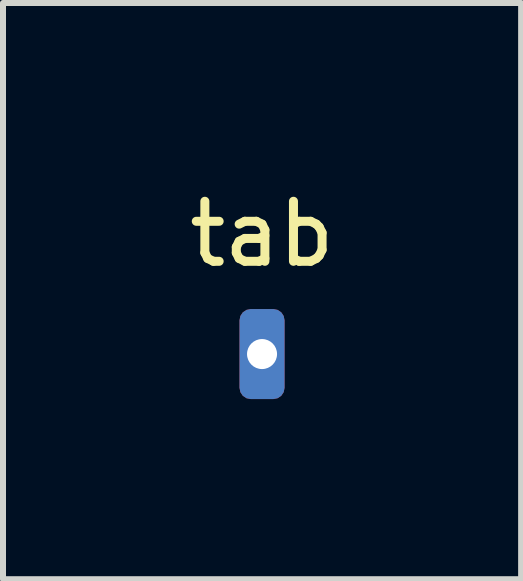
<source format=kicad_pcb>
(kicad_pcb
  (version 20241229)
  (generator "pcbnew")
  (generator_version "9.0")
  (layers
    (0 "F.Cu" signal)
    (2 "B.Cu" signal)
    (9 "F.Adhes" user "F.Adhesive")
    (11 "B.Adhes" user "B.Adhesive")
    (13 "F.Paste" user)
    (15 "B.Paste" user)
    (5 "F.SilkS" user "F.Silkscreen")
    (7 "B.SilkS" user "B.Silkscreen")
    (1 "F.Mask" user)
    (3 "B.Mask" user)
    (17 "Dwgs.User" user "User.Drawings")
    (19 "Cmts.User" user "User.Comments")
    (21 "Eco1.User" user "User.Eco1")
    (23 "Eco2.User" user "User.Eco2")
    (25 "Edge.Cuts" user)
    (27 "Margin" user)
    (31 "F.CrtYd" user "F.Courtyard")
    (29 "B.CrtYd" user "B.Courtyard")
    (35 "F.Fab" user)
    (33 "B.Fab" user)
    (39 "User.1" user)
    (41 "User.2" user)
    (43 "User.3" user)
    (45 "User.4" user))
  (footprint "tab"
    (layer "F.Cu")
    (at 1.315 2.848)
    (property "Reference" "tab" (at 0 -2 0) (layer "F.SilkS") (effects (font (size 1 1) (thickness 0.15))))
    (attr through_hole)
    (pad "1" thru_hole roundrect (at 0 0) (size 0.75 1.5) (drill 0.5) (layers "*.Cu" "*.Mask") (roundrect_rratio 0.25)))
  (gr_rect
    (start -3 -3)
    (end 5.631 6.598)
    (stroke (width 0.1) (type default))
    (fill no)
    (layer "Edge.Cuts")))
</source>
